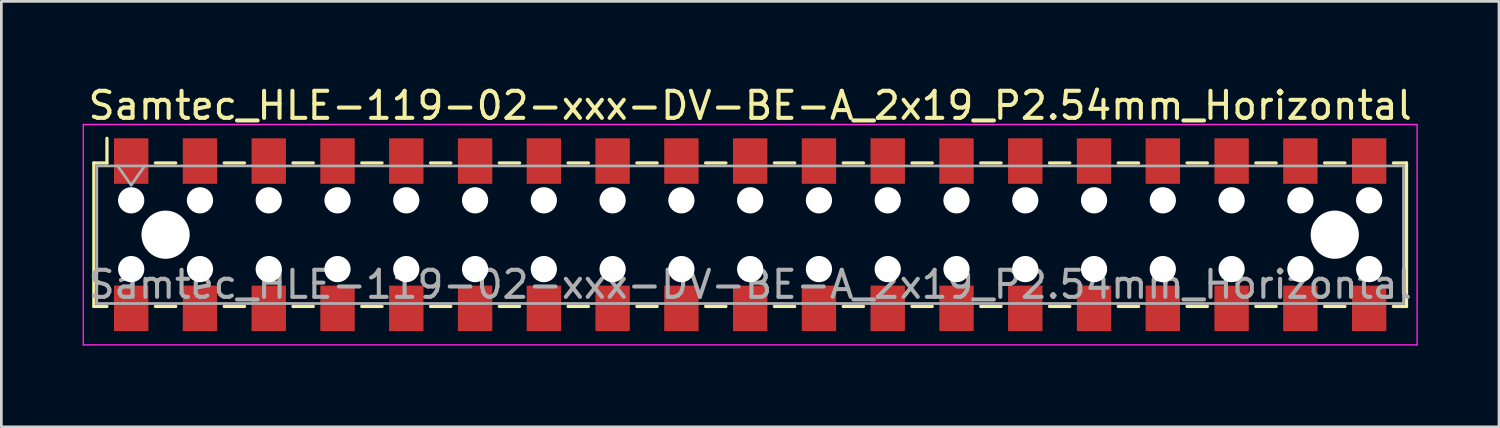
<source format=kicad_pcb>
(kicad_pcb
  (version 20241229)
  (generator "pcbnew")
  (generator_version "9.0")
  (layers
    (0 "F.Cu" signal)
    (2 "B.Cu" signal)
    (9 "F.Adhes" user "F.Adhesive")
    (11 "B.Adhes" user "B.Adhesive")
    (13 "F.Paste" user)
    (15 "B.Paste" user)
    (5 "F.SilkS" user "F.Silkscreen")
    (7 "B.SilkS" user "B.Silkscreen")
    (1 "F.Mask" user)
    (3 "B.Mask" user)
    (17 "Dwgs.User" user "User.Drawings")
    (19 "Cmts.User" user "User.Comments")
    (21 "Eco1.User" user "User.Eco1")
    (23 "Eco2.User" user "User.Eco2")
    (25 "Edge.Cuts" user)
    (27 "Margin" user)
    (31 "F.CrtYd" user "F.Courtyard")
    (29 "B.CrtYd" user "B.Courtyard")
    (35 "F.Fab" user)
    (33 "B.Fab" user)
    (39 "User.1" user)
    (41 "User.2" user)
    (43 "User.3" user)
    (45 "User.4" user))
  (footprint "Samtec_HLE-119-02-xxx-DV-BE-A_2x19_P2.54mm_Horizontal"
    (layer "F.Cu")
    (at 24.655 5.618)
    (property "Reference" "Samtec_HLE-119-02-xxx-DV-BE-A_2x19_P2.54mm_Horizontal" (at 0 -4.77 0) (layer "F.SilkS") (effects (font (size 1 1) (thickness 0.15))))
    (attr smd)
    (fp_line (start -24.24 -2.65) (end -24.24 2.65) (stroke (width 0.12) (type solid)) (layer "F.SilkS"))
    (fp_line (start -24.24 2.65) (end -23.755 2.65) (stroke (width 0.12) (type solid)) (layer "F.SilkS"))
    (fp_line (start -23.755 -3.56) (end -23.755 -2.65) (stroke (width 0.12) (type solid)) (layer "F.SilkS"))
    (fp_line (start -23.755 -2.65) (end -24.24 -2.65) (stroke (width 0.12) (type solid)) (layer "F.SilkS"))
    (fp_line (start -21.965 -2.65) (end -21.215 -2.65) (stroke (width 0.12) (type solid)) (layer "F.SilkS"))
    (fp_line (start -21.965 2.65) (end -21.215 2.65) (stroke (width 0.12) (type solid)) (layer "F.SilkS"))
    (fp_line (start -19.425 -2.65) (end -18.675 -2.65) (stroke (width 0.12) (type solid)) (layer "F.SilkS"))
    (fp_line (start -19.425 2.65) (end -18.675 2.65) (stroke (width 0.12) (type solid)) (layer "F.SilkS"))
    (fp_line (start -16.885 -2.65) (end -16.135 -2.65) (stroke (width 0.12) (type solid)) (layer "F.SilkS"))
    (fp_line (start -16.885 2.65) (end -16.135 2.65) (stroke (width 0.12) (type solid)) (layer "F.SilkS"))
    (fp_line (start -14.345 -2.65) (end -13.595 -2.65) (stroke (width 0.12) (type solid)) (layer "F.SilkS"))
    (fp_line (start -14.345 2.65) (end -13.595 2.65) (stroke (width 0.12) (type solid)) (layer "F.SilkS"))
    (fp_line (start -11.805 -2.65) (end -11.055 -2.65) (stroke (width 0.12) (type solid)) (layer "F.SilkS"))
    (fp_line (start -11.805 2.65) (end -11.055 2.65) (stroke (width 0.12) (type solid)) (layer "F.SilkS"))
    (fp_line (start -9.265 -2.65) (end -8.515 -2.65) (stroke (width 0.12) (type solid)) (layer "F.SilkS"))
    (fp_line (start -9.265 2.65) (end -8.515 2.65) (stroke (width 0.12) (type solid)) (layer "F.SilkS"))
    (fp_line (start -6.725 -2.65) (end -5.975 -2.65) (stroke (width 0.12) (type solid)) (layer "F.SilkS"))
    (fp_line (start -6.725 2.65) (end -5.975 2.65) (stroke (width 0.12) (type solid)) (layer "F.SilkS"))
    (fp_line (start -4.185 -2.65) (end -3.435 -2.65) (stroke (width 0.12) (type solid)) (layer "F.SilkS"))
    (fp_line (start -4.185 2.65) (end -3.435 2.65) (stroke (width 0.12) (type solid)) (layer "F.SilkS"))
    (fp_line (start -1.645 -2.65) (end -0.895 -2.65) (stroke (width 0.12) (type solid)) (layer "F.SilkS"))
    (fp_line (start -1.645 2.65) (end -0.895 2.65) (stroke (width 0.12) (type solid)) (layer "F.SilkS"))
    (fp_line (start 0.895 -2.65) (end 1.645 -2.65) (stroke (width 0.12) (type solid)) (layer "F.SilkS"))
    (fp_line (start 0.895 2.65) (end 1.645 2.65) (stroke (width 0.12) (type solid)) (layer "F.SilkS"))
    (fp_line (start 3.435 -2.65) (end 4.185 -2.65) (stroke (width 0.12) (type solid)) (layer "F.SilkS"))
    (fp_line (start 3.435 2.65) (end 4.185 2.65) (stroke (width 0.12) (type solid)) (layer "F.SilkS"))
    (fp_line (start 5.975 -2.65) (end 6.725 -2.65) (stroke (width 0.12) (type solid)) (layer "F.SilkS"))
    (fp_line (start 5.975 2.65) (end 6.725 2.65) (stroke (width 0.12) (type solid)) (layer "F.SilkS"))
    (fp_line (start 8.515 -2.65) (end 9.265 -2.65) (stroke (width 0.12) (type solid)) (layer "F.SilkS"))
    (fp_line (start 8.515 2.65) (end 9.265 2.65) (stroke (width 0.12) (type solid)) (layer "F.SilkS"))
    (fp_line (start 11.055 -2.65) (end 11.805 -2.65) (stroke (width 0.12) (type solid)) (layer "F.SilkS"))
    (fp_line (start 11.055 2.65) (end 11.805 2.65) (stroke (width 0.12) (type solid)) (layer "F.SilkS"))
    (fp_line (start 13.595 -2.65) (end 14.345 -2.65) (stroke (width 0.12) (type solid)) (layer "F.SilkS"))
    (fp_line (start 13.595 2.65) (end 14.345 2.65) (stroke (width 0.12) (type solid)) (layer "F.SilkS"))
    (fp_line (start 16.135 -2.65) (end 16.885 -2.65) (stroke (width 0.12) (type solid)) (layer "F.SilkS"))
    (fp_line (start 16.135 2.65) (end 16.885 2.65) (stroke (width 0.12) (type solid)) (layer "F.SilkS"))
    (fp_line (start 18.675 -2.65) (end 19.425 -2.65) (stroke (width 0.12) (type solid)) (layer "F.SilkS"))
    (fp_line (start 18.675 2.65) (end 19.425 2.65) (stroke (width 0.12) (type solid)) (layer "F.SilkS"))
    (fp_line (start 21.215 -2.65) (end 21.965 -2.65) (stroke (width 0.12) (type solid)) (layer "F.SilkS"))
    (fp_line (start 21.215 2.65) (end 21.965 2.65) (stroke (width 0.12) (type solid)) (layer "F.SilkS"))
    (fp_line (start 23.755 -2.65) (end 24.24 -2.65) (stroke (width 0.12) (type solid)) (layer "F.SilkS"))
    (fp_line (start 24.24 -2.65) (end 24.24 2.65) (stroke (width 0.12) (type solid)) (layer "F.SilkS"))
    (fp_line (start 24.24 2.65) (end 23.755 2.65) (stroke (width 0.12) (type solid)) (layer "F.SilkS"))
    (fp_line (start -24.63 -4.07) (end 24.63 -4.07) (stroke (width 0.05) (type solid)) (layer "F.CrtYd"))
    (fp_line (start -24.63 4.07) (end -24.63 -4.07) (stroke (width 0.05) (type solid)) (layer "F.CrtYd"))
    (fp_line (start 24.63 -4.07) (end 24.63 4.07) (stroke (width 0.05) (type solid)) (layer "F.CrtYd"))
    (fp_line (start 24.63 4.07) (end -24.63 4.07) (stroke (width 0.05) (type solid)) (layer "F.CrtYd"))
    (fp_line (start -24.13 -2.54) (end 24.13 -2.54) (stroke (width 0.1) (type solid)) (layer "F.Fab"))
    (fp_line (start -24.13 2.54) (end -24.13 -2.54) (stroke (width 0.1) (type solid)) (layer "F.Fab"))
    (fp_line (start -23.36 -2.54) (end -22.86 -1.833) (stroke (width 0.1) (type solid)) (layer "F.Fab"))
    (fp_line (start -22.86 -1.833) (end -22.36 -2.54) (stroke (width 0.1) (type solid)) (layer "F.Fab"))
    (fp_line (start 24.13 -2.54) (end 24.13 2.54) (stroke (width 0.1) (type solid)) (layer "F.Fab"))
    (fp_line (start 24.13 2.54) (end -24.13 2.54) (stroke (width 0.1) (type solid)) (layer "F.Fab"))
    (fp_text user "${REFERENCE}" (at 0 1.84 0) (layer "F.Fab") (effects (font (size 1 1) (thickness 0.15))))
    (pad "" np_thru_hole circle (at -22.86 -1.27) (size 0.97 0.97) (drill 0.97) (layers "*.Cu" "*.Mask"))
    (pad "" np_thru_hole circle (at -22.86 1.27) (size 0.97 0.97) (drill 0.97) (layers "*.Cu" "*.Mask"))
    (pad "" np_thru_hole circle (at -21.59 0) (size 1.78 1.78) (drill 1.78) (layers "*.Cu" "*.Mask"))
    (pad "" np_thru_hole circle (at -20.32 -1.27) (size 0.97 0.97) (drill 0.97) (layers "*.Cu" "*.Mask"))
    (pad "" np_thru_hole circle (at -20.32 1.27) (size 0.97 0.97) (drill 0.97) (layers "*.Cu" "*.Mask"))
    (pad "" np_thru_hole circle (at -17.78 -1.27) (size 0.97 0.97) (drill 0.97) (layers "*.Cu" "*.Mask"))
    (pad "" np_thru_hole circle (at -17.78 1.27) (size 0.97 0.97) (drill 0.97) (layers "*.Cu" "*.Mask"))
    (pad "" np_thru_hole circle (at -15.24 -1.27) (size 0.97 0.97) (drill 0.97) (layers "*.Cu" "*.Mask"))
    (pad "" np_thru_hole circle (at -15.24 1.27) (size 0.97 0.97) (drill 0.97) (layers "*.Cu" "*.Mask"))
    (pad "" np_thru_hole circle (at -12.7 -1.27) (size 0.97 0.97) (drill 0.97) (layers "*.Cu" "*.Mask"))
    (pad "" np_thru_hole circle (at -12.7 1.27) (size 0.97 0.97) (drill 0.97) (layers "*.Cu" "*.Mask"))
    (pad "" np_thru_hole circle (at -10.16 -1.27) (size 0.97 0.97) (drill 0.97) (layers "*.Cu" "*.Mask"))
    (pad "" np_thru_hole circle (at -10.16 1.27) (size 0.97 0.97) (drill 0.97) (layers "*.Cu" "*.Mask"))
    (pad "" np_thru_hole circle (at -7.62 -1.27) (size 0.97 0.97) (drill 0.97) (layers "*.Cu" "*.Mask"))
    (pad "" np_thru_hole circle (at -7.62 1.27) (size 0.97 0.97) (drill 0.97) (layers "*.Cu" "*.Mask"))
    (pad "" np_thru_hole circle (at -5.08 -1.27) (size 0.97 0.97) (drill 0.97) (layers "*.Cu" "*.Mask"))
    (pad "" np_thru_hole circle (at -5.08 1.27) (size 0.97 0.97) (drill 0.97) (layers "*.Cu" "*.Mask"))
    (pad "" np_thru_hole circle (at -2.54 -1.27) (size 0.97 0.97) (drill 0.97) (layers "*.Cu" "*.Mask"))
    (pad "" np_thru_hole circle (at -2.54 1.27) (size 0.97 0.97) (drill 0.97) (layers "*.Cu" "*.Mask"))
    (pad "" np_thru_hole circle (at 0 -1.27) (size 0.97 0.97) (drill 0.97) (layers "*.Cu" "*.Mask"))
    (pad "" np_thru_hole circle (at 0 1.27) (size 0.97 0.97) (drill 0.97) (layers "*.Cu" "*.Mask"))
    (pad "" np_thru_hole circle (at 2.54 -1.27) (size 0.97 0.97) (drill 0.97) (layers "*.Cu" "*.Mask"))
    (pad "" np_thru_hole circle (at 2.54 1.27) (size 0.97 0.97) (drill 0.97) (layers "*.Cu" "*.Mask"))
    (pad "" np_thru_hole circle (at 5.08 -1.27) (size 0.97 0.97) (drill 0.97) (layers "*.Cu" "*.Mask"))
    (pad "" np_thru_hole circle (at 5.08 1.27) (size 0.97 0.97) (drill 0.97) (layers "*.Cu" "*.Mask"))
    (pad "" np_thru_hole circle (at 7.62 -1.27) (size 0.97 0.97) (drill 0.97) (layers "*.Cu" "*.Mask"))
    (pad "" np_thru_hole circle (at 7.62 1.27) (size 0.97 0.97) (drill 0.97) (layers "*.Cu" "*.Mask"))
    (pad "" np_thru_hole circle (at 10.16 -1.27) (size 0.97 0.97) (drill 0.97) (layers "*.Cu" "*.Mask"))
    (pad "" np_thru_hole circle (at 10.16 1.27) (size 0.97 0.97) (drill 0.97) (layers "*.Cu" "*.Mask"))
    (pad "" np_thru_hole circle (at 12.7 -1.27) (size 0.97 0.97) (drill 0.97) (layers "*.Cu" "*.Mask"))
    (pad "" np_thru_hole circle (at 12.7 1.27) (size 0.97 0.97) (drill 0.97) (layers "*.Cu" "*.Mask"))
    (pad "" np_thru_hole circle (at 15.24 -1.27) (size 0.97 0.97) (drill 0.97) (layers "*.Cu" "*.Mask"))
    (pad "" np_thru_hole circle (at 15.24 1.27) (size 0.97 0.97) (drill 0.97) (layers "*.Cu" "*.Mask"))
    (pad "" np_thru_hole circle (at 17.78 -1.27) (size 0.97 0.97) (drill 0.97) (layers "*.Cu" "*.Mask"))
    (pad "" np_thru_hole circle (at 17.78 1.27) (size 0.97 0.97) (drill 0.97) (layers "*.Cu" "*.Mask"))
    (pad "" np_thru_hole circle (at 20.32 -1.27) (size 0.97 0.97) (drill 0.97) (layers "*.Cu" "*.Mask"))
    (pad "" np_thru_hole circle (at 20.32 1.27) (size 0.97 0.97) (drill 0.97) (layers "*.Cu" "*.Mask"))
    (pad "" np_thru_hole circle (at 21.59 0) (size 1.78 1.78) (drill 1.78) (layers "*.Cu" "*.Mask"))
    (pad "" np_thru_hole circle (at 22.86 -1.27) (size 0.97 0.97) (drill 0.97) (layers "*.Cu" "*.Mask"))
    (pad "" np_thru_hole circle (at 22.86 1.27) (size 0.97 0.97) (drill 0.97) (layers "*.Cu" "*.Mask"))
    (pad "1" smd rect (at -22.86 -2.72) (size 1.27 1.68) (layers "F.Cu" "F.Mask" "F.Paste"))
    (pad "2" smd rect (at -22.86 2.72) (size 1.27 1.68) (layers "F.Cu" "F.Mask" "F.Paste"))
    (pad "3" smd rect (at -20.32 -2.72) (size 1.27 1.68) (layers "F.Cu" "F.Mask" "F.Paste"))
    (pad "4" smd rect (at -20.32 2.72) (size 1.27 1.68) (layers "F.Cu" "F.Mask" "F.Paste"))
    (pad "5" smd rect (at -17.78 -2.72) (size 1.27 1.68) (layers "F.Cu" "F.Mask" "F.Paste"))
    (pad "6" smd rect (at -17.78 2.72) (size 1.27 1.68) (layers "F.Cu" "F.Mask" "F.Paste"))
    (pad "7" smd rect (at -15.24 -2.72) (size 1.27 1.68) (layers "F.Cu" "F.Mask" "F.Paste"))
    (pad "8" smd rect (at -15.24 2.72) (size 1.27 1.68) (layers "F.Cu" "F.Mask" "F.Paste"))
    (pad "9" smd rect (at -12.7 -2.72) (size 1.27 1.68) (layers "F.Cu" "F.Mask" "F.Paste"))
    (pad "10" smd rect (at -12.7 2.72) (size 1.27 1.68) (layers "F.Cu" "F.Mask" "F.Paste"))
    (pad "11" smd rect (at -10.16 -2.72) (size 1.27 1.68) (layers "F.Cu" "F.Mask" "F.Paste"))
    (pad "12" smd rect (at -10.16 2.72) (size 1.27 1.68) (layers "F.Cu" "F.Mask" "F.Paste"))
    (pad "13" smd rect (at -7.62 -2.72) (size 1.27 1.68) (layers "F.Cu" "F.Mask" "F.Paste"))
    (pad "14" smd rect (at -7.62 2.72) (size 1.27 1.68) (layers "F.Cu" "F.Mask" "F.Paste"))
    (pad "15" smd rect (at -5.08 -2.72) (size 1.27 1.68) (layers "F.Cu" "F.Mask" "F.Paste"))
    (pad "16" smd rect (at -5.08 2.72) (size 1.27 1.68) (layers "F.Cu" "F.Mask" "F.Paste"))
    (pad "17" smd rect (at -2.54 -2.72) (size 1.27 1.68) (layers "F.Cu" "F.Mask" "F.Paste"))
    (pad "18" smd rect (at -2.54 2.72) (size 1.27 1.68) (layers "F.Cu" "F.Mask" "F.Paste"))
    (pad "19" smd rect (at 0 -2.72) (size 1.27 1.68) (layers "F.Cu" "F.Mask" "F.Paste"))
    (pad "20" smd rect (at 0 2.72) (size 1.27 1.68) (layers "F.Cu" "F.Mask" "F.Paste"))
    (pad "21" smd rect (at 2.54 -2.72) (size 1.27 1.68) (layers "F.Cu" "F.Mask" "F.Paste"))
    (pad "22" smd rect (at 2.54 2.72) (size 1.27 1.68) (layers "F.Cu" "F.Mask" "F.Paste"))
    (pad "23" smd rect (at 5.08 -2.72) (size 1.27 1.68) (layers "F.Cu" "F.Mask" "F.Paste"))
    (pad "24" smd rect (at 5.08 2.72) (size 1.27 1.68) (layers "F.Cu" "F.Mask" "F.Paste"))
    (pad "25" smd rect (at 7.62 -2.72) (size 1.27 1.68) (layers "F.Cu" "F.Mask" "F.Paste"))
    (pad "26" smd rect (at 7.62 2.72) (size 1.27 1.68) (layers "F.Cu" "F.Mask" "F.Paste"))
    (pad "27" smd rect (at 10.16 -2.72) (size 1.27 1.68) (layers "F.Cu" "F.Mask" "F.Paste"))
    (pad "28" smd rect (at 10.16 2.72) (size 1.27 1.68) (layers "F.Cu" "F.Mask" "F.Paste"))
    (pad "29" smd rect (at 12.7 -2.72) (size 1.27 1.68) (layers "F.Cu" "F.Mask" "F.Paste"))
    (pad "30" smd rect (at 12.7 2.72) (size 1.27 1.68) (layers "F.Cu" "F.Mask" "F.Paste"))
    (pad "31" smd rect (at 15.24 -2.72) (size 1.27 1.68) (layers "F.Cu" "F.Mask" "F.Paste"))
    (pad "32" smd rect (at 15.24 2.72) (size 1.27 1.68) (layers "F.Cu" "F.Mask" "F.Paste"))
    (pad "33" smd rect (at 17.78 -2.72) (size 1.27 1.68) (layers "F.Cu" "F.Mask" "F.Paste"))
    (pad "34" smd rect (at 17.78 2.72) (size 1.27 1.68) (layers "F.Cu" "F.Mask" "F.Paste"))
    (pad "35" smd rect (at 20.32 -2.72) (size 1.27 1.68) (layers "F.Cu" "F.Mask" "F.Paste"))
    (pad "36" smd rect (at 20.32 2.72) (size 1.27 1.68) (layers "F.Cu" "F.Mask" "F.Paste"))
    (pad "37" smd rect (at 22.86 -2.72) (size 1.27 1.68) (layers "F.Cu" "F.Mask" "F.Paste"))
    (pad "38" smd rect (at 22.86 2.72) (size 1.27 1.68) (layers "F.Cu" "F.Mask" "F.Paste")))
  (gr_rect
    (start -3 -3)
    (end 52.31 12.713)
    (stroke (width 0.1) (type default))
    (fill no)
    (layer "Edge.Cuts")))
</source>
